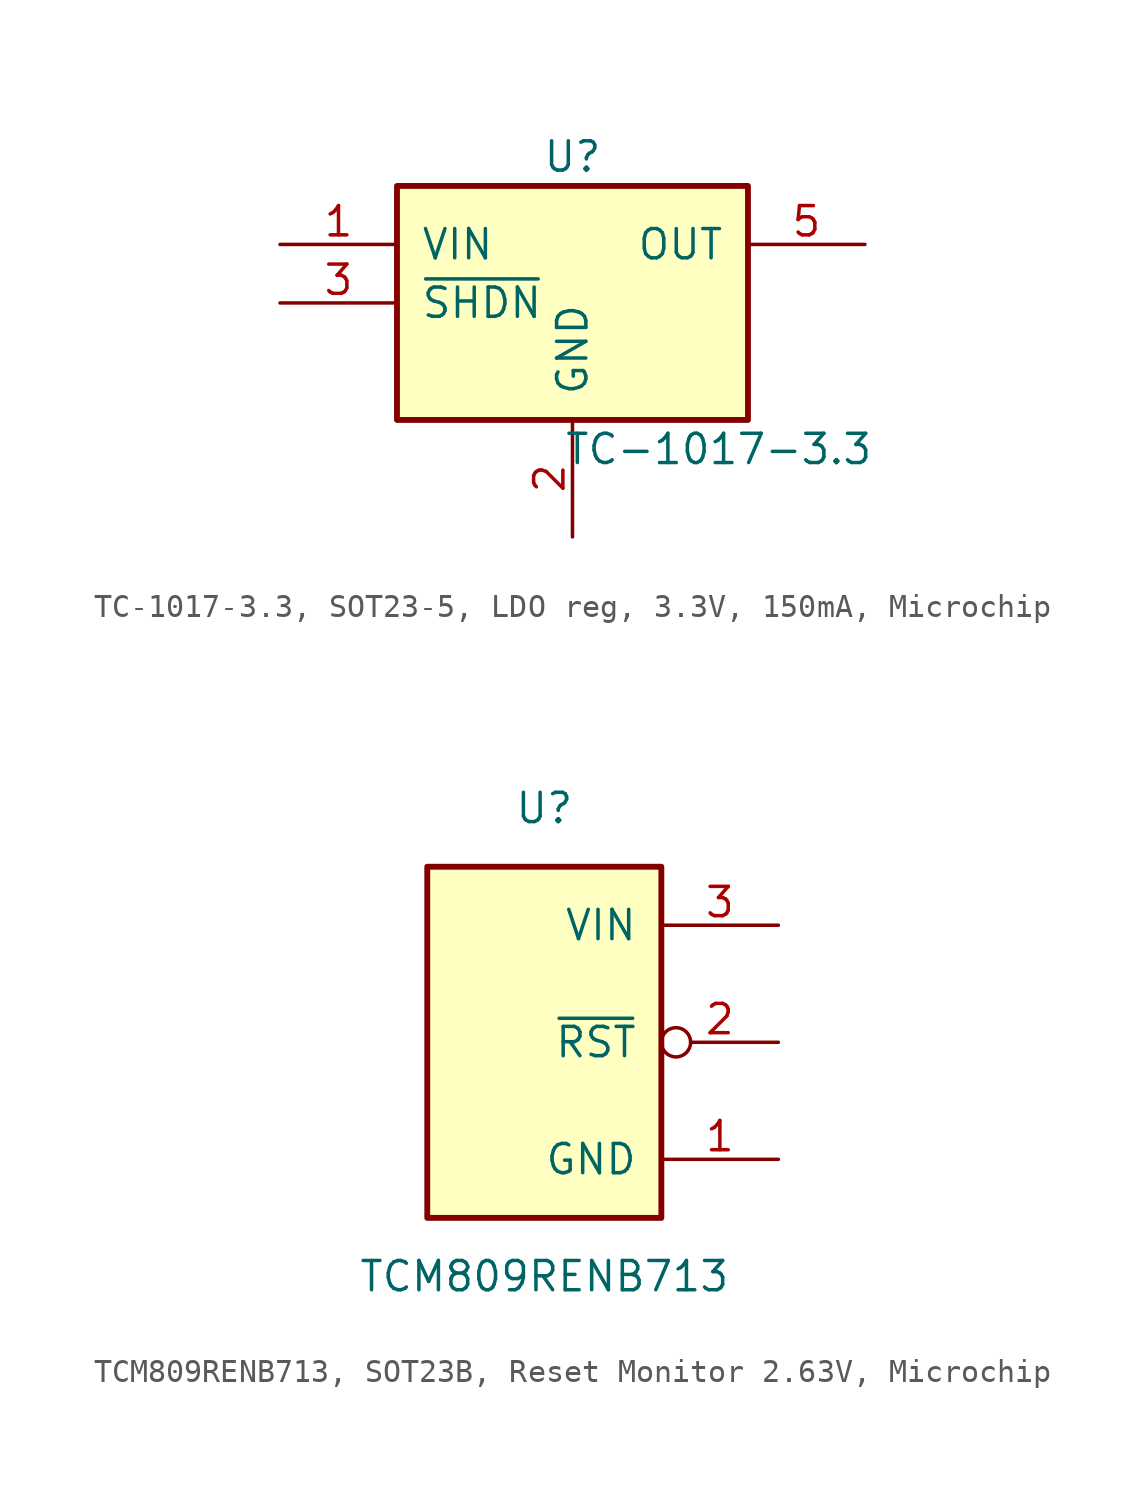
<source format=kicad_sym>
(kicad_symbol_lib
  (version 20241209)
  (generator "kicad_symbol_editor")
  (generator_version "9.0")
  (symbol "TC-1017-3.3, SOT23-5, LDO reg, 3.3V, 150mA, Microchip"
    (pin_names
      (offset 1.016))
    (property "Reference" "U"
      (at 0 6.35 0)
      (effects (font (size 1.27 1.27))))
    (property "Value" "TC-1017-3.3"
      (at 6.35 -6.35 0)
      (effects (font (size 1.27 1.27))))
    (symbol "TC-1017-3.3, SOT23-5, LDO reg, 3.3V, 150mA, Microchip_0_1"
      (rectangle (start -7.62 5.08) (end 7.62 -5.08) (stroke (width 0.254) (type default)) (fill (type background))))
    (symbol "TC-1017-3.3, SOT23-5, LDO reg, 3.3V, 150mA, Microchip_1_1"
      (pin power_in line (at -12.7 2.54 0) (length 5.08) (name "VIN" (effects (font (size 1.27 1.27)))) (number "1" (effects (font (size 1.27 1.27)))))
      (pin input line (at -12.7 0 0) (length 5.08) (name "~{SHDN}" (effects (font (size 1.27 1.27)))) (number "3" (effects (font (size 1.27 1.27)))))
      (pin no_connect line (at -6.35 -10.16 90) (length 5.08) (hide yes) (name "4" (effects (font (size 1.27 1.27)))) (number "4" (effects (font (size 1.27 1.27)))))
      (pin passive line (at 0 -10.16 90) (length 5.08) (name "GND" (effects (font (size 1.27 1.27)))) (number "2" (effects (font (size 1.27 1.27)))))
      (pin power_out line (at 12.7 2.54 180) (length 5.08) (name "OUT" (effects (font (size 1.27 1.27)))) (number "5" (effects (font (size 1.27 1.27)))))))
  (symbol "TCM809RENB713, SOT23B, Reset Monitor 2.63V, Microchip"
    (pin_names
      (offset 1.016))
    (property "Reference" "U"
      (at 0 10.16 0)
      (effects (font (size 1.27 1.27))))
    (property "Value" "TCM809RENB713"
      (at 0 -10.16 0)
      (effects (font (size 1.27 1.27))))
    (symbol "TCM809RENB713, SOT23B, Reset Monitor 2.63V, Microchip_0_1"
      (rectangle (start -5.08 7.62) (end 5.08 -7.62) (stroke (width 0.254) (type default)) (fill (type background))))
    (symbol "TCM809RENB713, SOT23B, Reset Monitor 2.63V, Microchip_1_1"
      (pin power_in line (at 10.16 5.08 180) (length 5.08) (name "VIN" (effects (font (size 1.27 1.27)))) (number "3" (effects (font (size 1.27 1.27)))))
      (pin output inverted (at 10.16 0 180) (length 5.08) (name "~{RST}" (effects (font (size 1.27 1.27)))) (number "2" (effects (font (size 1.27 1.27)))))
      (pin power_in line (at 10.16 -5.08 180) (length 5.08) (name "GND" (effects (font (size 1.27 1.27)))) (number "1" (effects (font (size 1.27 1.27))))))))
</source>
